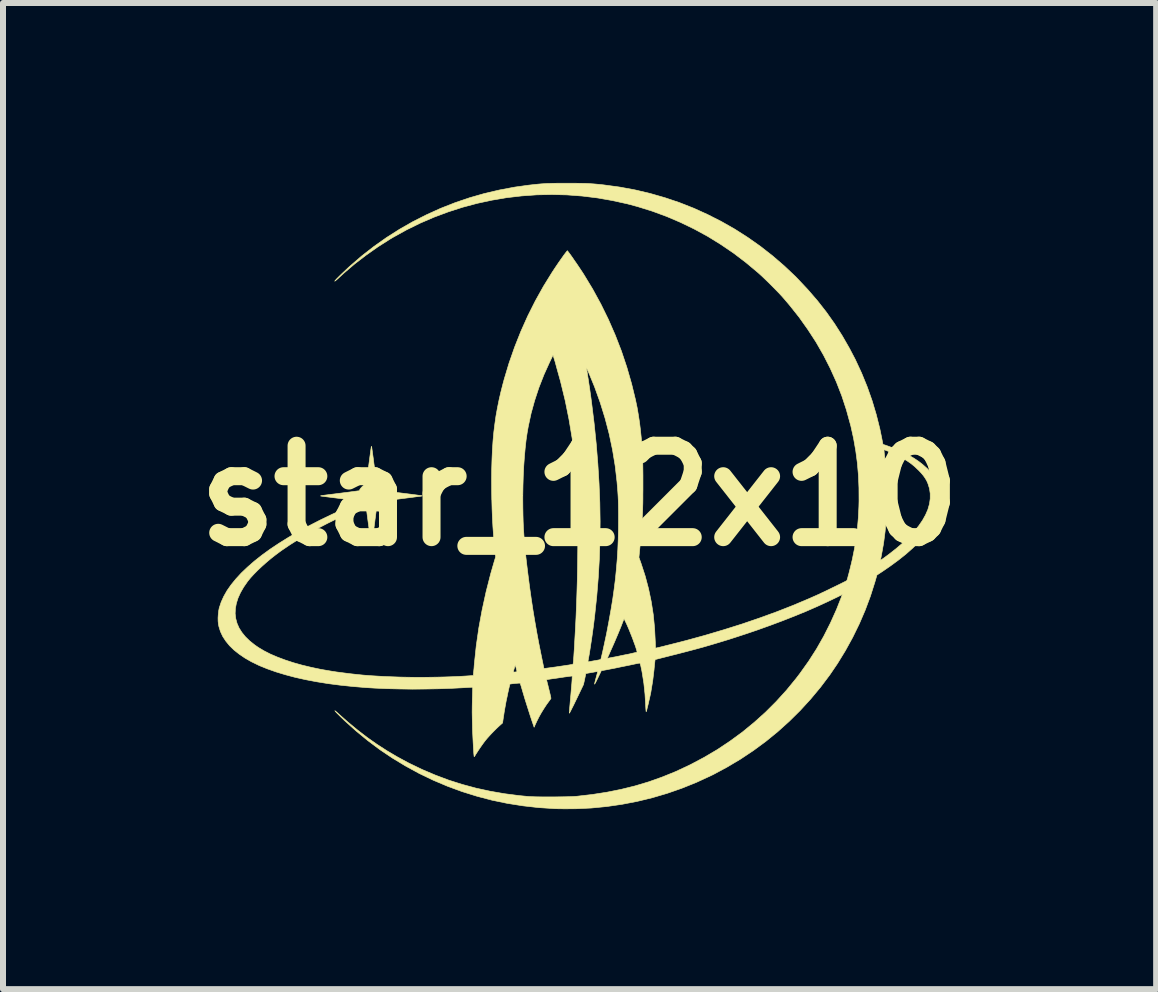
<source format=kicad_pcb>
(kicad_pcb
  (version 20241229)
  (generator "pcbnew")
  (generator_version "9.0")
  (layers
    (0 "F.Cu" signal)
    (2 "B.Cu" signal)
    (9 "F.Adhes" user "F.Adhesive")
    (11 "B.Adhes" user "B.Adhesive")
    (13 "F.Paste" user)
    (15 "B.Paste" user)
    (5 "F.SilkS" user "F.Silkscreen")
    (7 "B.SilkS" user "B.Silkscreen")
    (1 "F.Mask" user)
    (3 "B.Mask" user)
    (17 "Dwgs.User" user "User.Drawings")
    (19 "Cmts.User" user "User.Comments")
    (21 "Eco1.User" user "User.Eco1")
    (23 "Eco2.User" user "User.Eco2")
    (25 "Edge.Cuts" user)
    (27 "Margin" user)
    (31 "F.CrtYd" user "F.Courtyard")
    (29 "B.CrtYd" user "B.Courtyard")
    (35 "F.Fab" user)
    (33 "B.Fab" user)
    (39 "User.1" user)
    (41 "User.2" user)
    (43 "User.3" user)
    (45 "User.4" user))
  (footprint "star_12x10"
    (layer "F.Cu")
    (at 6.611 5.215)
    (property "Reference" "star_12x10" (at 0 0 0) (layer "F.SilkS") (effects (font (size 1.524 1.524) (thickness 0.3))))
    (attr through_hole)
    (fp_poly (pts (xy -0.123 -5.21) (xy -0.054 -5.21) (xy 0.007 -5.209) (xy 0.06 -5.208) (xy 0.108 -5.207) (xy 0.153 -5.205) (xy 0.196 -5.202) (xy 0.24 -5.199) (xy 0.286 -5.195) (xy 0.337 -5.19) (xy 0.393 -5.184) (xy 0.416 -5.181) (xy 0.673 -5.146) (xy 0.927 -5.099) (xy 1.177 -5.04) (xy 1.424 -4.969) (xy 1.667 -4.887) (xy 1.906 -4.793) (xy 2.139 -4.687) (xy 2.367 -4.571) (xy 2.59 -4.444) (xy 2.806 -4.306) (xy 3.016 -4.158) (xy 3.218 -4) (xy 3.413 -3.832) (xy 3.601 -3.654) (xy 3.635 -3.619) (xy 3.806 -3.437) (xy 3.965 -3.253) (xy 4.113 -3.064) (xy 4.251 -2.869) (xy 4.379 -2.668) (xy 4.499 -2.459) (xy 4.598 -2.27) (xy 4.702 -2.046) (xy 4.795 -1.818) (xy 4.877 -1.586) (xy 4.947 -1.352) (xy 5.006 -1.117) (xy 5.036 -0.97) (xy 5.058 -0.857) (xy 5.099 -0.844) (xy 5.147 -0.827) (xy 5.203 -0.806) (xy 5.263 -0.782) (xy 5.322 -0.756) (xy 5.377 -0.731) (xy 5.407 -0.717) (xy 5.498 -0.671) (xy 5.578 -0.624) (xy 5.65 -0.576) (xy 5.716 -0.525) (xy 5.778 -0.47) (xy 5.802 -0.448) (xy 5.862 -0.384) (xy 5.911 -0.32) (xy 5.951 -0.256) (xy 5.982 -0.188) (xy 6.007 -0.115) (xy 6.008 -0.109) (xy 6.016 -0.071) (xy 6.021 -0.024) (xy 6.023 0.027) (xy 6.022 0.08) (xy 6.019 0.129) (xy 6.013 0.172) (xy 6.011 0.181) (xy 5.982 0.279) (xy 5.942 0.376) (xy 5.889 0.475) (xy 5.824 0.573) (xy 5.746 0.672) (xy 5.657 0.771) (xy 5.555 0.871) (xy 5.441 0.972) (xy 5.314 1.073) (xy 5.175 1.175) (xy 5.054 1.258) (xy 4.957 1.322) (xy 4.924 1.437) (xy 4.849 1.673) (xy 4.762 1.906) (xy 4.663 2.136) (xy 4.553 2.361) (xy 4.432 2.581) (xy 4.301 2.795) (xy 4.172 2.985) (xy 4.017 3.191) (xy 3.852 3.389) (xy 3.678 3.579) (xy 3.495 3.76) (xy 3.304 3.932) (xy 3.104 4.095) (xy 2.896 4.248) (xy 2.681 4.391) (xy 2.459 4.523) (xy 2.23 4.646) (xy 2.178 4.671) (xy 1.944 4.779) (xy 1.705 4.875) (xy 1.461 4.96) (xy 1.213 5.033) (xy 0.962 5.094) (xy 0.708 5.143) (xy 0.453 5.18) (xy 0.196 5.205) (xy -0.061 5.217) (xy -0.225 5.218) (xy -0.27 5.218) (xy -0.313 5.217) (xy -0.352 5.217) (xy -0.384 5.216) (xy -0.407 5.216) (xy -0.413 5.215) (xy -0.681 5.198) (xy -0.945 5.168) (xy -1.205 5.127) (xy -1.46 5.074) (xy -1.711 5.008) (xy -1.958 4.931) (xy -2.2 4.842) (xy -2.439 4.741) (xy -2.674 4.628) (xy -2.901 4.504) (xy -3.119 4.372) (xy -3.329 4.231) (xy -3.532 4.079) (xy -3.729 3.917) (xy -3.921 3.744) (xy -3.983 3.684) (xy -4.016 3.651) (xy -4.042 3.625) (xy -4.062 3.604) (xy -4.074 3.59) (xy -4.079 3.583) (xy -4.076 3.584) (xy -4.065 3.592) (xy -4.046 3.608) (xy -4.022 3.63) (xy -3.86 3.773) (xy -3.699 3.906) (xy -3.539 4.029) (xy -3.377 4.143) (xy -3.211 4.25) (xy -3.04 4.351) (xy -2.863 4.447) (xy -2.835 4.461) (xy -2.619 4.565) (xy -2.402 4.657) (xy -2.181 4.74) (xy -1.957 4.811) (xy -1.728 4.873) (xy -1.494 4.924) (xy -1.253 4.966) (xy -1.005 4.998) (xy -0.87 5.011) (xy -0.832 5.014) (xy -0.783 5.016) (xy -0.726 5.018) (xy -0.661 5.019) (xy -0.591 5.02) (xy -0.517 5.02) (xy -0.442 5.02) (xy -0.367 5.019) (xy -0.294 5.018) (xy -0.225 5.017) (xy -0.162 5.015) (xy -0.107 5.013) (xy -0.061 5.01) (xy -0.038 5.008) (xy 0.214 4.979) (xy 0.458 4.941) (xy 0.696 4.893) (xy 0.927 4.836) (xy 1.154 4.768) (xy 1.376 4.689) (xy 1.596 4.6) (xy 1.813 4.499) (xy 1.854 4.479) (xy 2.08 4.359) (xy 2.3 4.229) (xy 2.511 4.088) (xy 2.716 3.938) (xy 2.912 3.777) (xy 3.1 3.608) (xy 3.279 3.429) (xy 3.45 3.241) (xy 3.611 3.044) (xy 3.676 2.959) (xy 3.819 2.758) (xy 3.951 2.552) (xy 4.072 2.339) (xy 4.183 2.119) (xy 4.285 1.892) (xy 4.363 1.694) (xy 4.381 1.645) (xy 4.298 1.687) (xy 4.135 1.765) (xy 3.961 1.845) (xy 3.778 1.925) (xy 3.585 2.004) (xy 3.384 2.083) (xy 3.178 2.16) (xy 2.966 2.236) (xy 2.781 2.299) (xy 2.631 2.348) (xy 2.486 2.395) (xy 2.345 2.438) (xy 2.205 2.48) (xy 2.064 2.521) (xy 1.918 2.561) (xy 1.766 2.601) (xy 1.604 2.643) (xy 1.559 2.654) (xy 1.26 2.73) (xy 1.256 2.76) (xy 1.254 2.777) (xy 1.251 2.803) (xy 1.248 2.837) (xy 1.244 2.874) (xy 1.242 2.899) (xy 1.22 3.082) (xy 1.191 3.259) (xy 1.19 3.267) (xy 1.184 3.298) (xy 1.176 3.334) (xy 1.167 3.375) (xy 1.157 3.417) (xy 1.148 3.459) (xy 1.138 3.499) (xy 1.129 3.535) (xy 1.122 3.565) (xy 1.116 3.587) (xy 1.112 3.599) (xy 1.111 3.6) (xy 1.11 3.596) (xy 1.108 3.582) (xy 1.106 3.559) (xy 1.104 3.528) (xy 1.102 3.492) (xy 1.102 3.488) (xy 1.091 3.304) (xy 1.072 3.125) (xy 1.045 2.954) (xy 1.038 2.915) (xy 1.029 2.872) (xy 1.022 2.84) (xy 1.017 2.817) (xy 1.012 2.802) (xy 1.008 2.793) (xy 1.003 2.789) (xy 0.997 2.789) (xy 0.992 2.79) (xy 0.946 2.799) (xy 0.894 2.81) (xy 0.838 2.822) (xy 0.779 2.834) (xy 0.719 2.846) (xy 0.66 2.858) (xy 0.605 2.87) (xy 0.554 2.88) (xy 0.511 2.888) (xy 0.476 2.895) (xy 0.456 2.899) (xy 0.363 2.916) (xy 0.308 3.031) (xy 0.291 3.066) (xy 0.276 3.096) (xy 0.264 3.119) (xy 0.255 3.134) (xy 0.25 3.14) (xy 0.25 3.14) (xy 0.251 3.132) (xy 0.255 3.114) (xy 0.261 3.088) (xy 0.269 3.057) (xy 0.276 3.032) (xy 0.285 2.998) (xy 0.293 2.969) (xy 0.299 2.947) (xy 0.302 2.933) (xy 0.303 2.929) (xy 0.296 2.93) (xy 0.279 2.932) (xy 0.255 2.936) (xy 0.224 2.942) (xy 0.203 2.945) (xy 0.105 2.963) (xy 0.086 3.055) (xy 0.066 3.146) (xy -0.051 3.39) (xy -0.076 3.441) (xy -0.099 3.489) (xy -0.12 3.53) (xy -0.138 3.566) (xy -0.152 3.594) (xy -0.163 3.614) (xy -0.169 3.623) (xy -0.17 3.624) (xy -0.17 3.616) (xy -0.169 3.596) (xy -0.167 3.567) (xy -0.164 3.53) (xy -0.16 3.486) (xy -0.156 3.438) (xy -0.153 3.402) (xy -0.145 3.318) (xy -0.139 3.245) (xy -0.134 3.184) (xy -0.129 3.133) (xy -0.126 3.092) (xy -0.124 3.06) (xy -0.123 3.036) (xy -0.122 3.019) (xy -0.122 3.009) (xy -0.123 3.005) (xy -0.13 3.005) (xy -0.148 3.007) (xy -0.175 3.01) (xy -0.209 3.015) (xy -0.249 3.02) (xy -0.281 3.025) (xy -0.328 3.032) (xy -0.374 3.039) (xy -0.417 3.045) (xy -0.454 3.05) (xy -0.482 3.054) (xy -0.493 3.056) (xy -0.521 3.06) (xy -0.538 3.063) (xy -0.547 3.067) (xy -0.549 3.072) (xy -0.548 3.073) (xy -0.546 3.082) (xy -0.542 3.101) (xy -0.535 3.129) (xy -0.526 3.163) (xy -0.517 3.203) (xy -0.511 3.225) (xy -0.501 3.266) (xy -0.492 3.303) (xy -0.485 3.334) (xy -0.48 3.358) (xy -0.477 3.372) (xy -0.476 3.375) (xy -0.48 3.383) (xy -0.49 3.398) (xy -0.504 3.417) (xy -0.506 3.42) (xy -0.548 3.477) (xy -0.592 3.544) (xy -0.636 3.615) (xy -0.677 3.688) (xy -0.713 3.76) (xy -0.739 3.816) (xy -0.757 3.858) (xy -0.792 3.756) (xy -0.82 3.672) (xy -0.849 3.581) (xy -0.879 3.487) (xy -0.908 3.395) (xy -0.934 3.308) (xy -0.95 3.254) (xy -0.961 3.216) (xy -0.971 3.182) (xy -0.98 3.154) (xy -0.986 3.134) (xy -0.99 3.124) (xy -0.99 3.123) (xy -0.997 3.123) (xy -1.014 3.123) (xy -1.037 3.125) (xy -1.065 3.127) (xy -1.093 3.13) (xy -1.12 3.133) (xy -1.142 3.136) (xy -1.156 3.138) (xy -1.16 3.14) (xy -1.163 3.147) (xy -1.167 3.164) (xy -1.173 3.19) (xy -1.181 3.223) (xy -1.189 3.26) (xy -1.198 3.301) (xy -1.206 3.342) (xy -1.215 3.383) (xy -1.223 3.42) (xy -1.229 3.453) (xy -1.231 3.466) (xy -1.239 3.509) (xy -1.248 3.559) (xy -1.257 3.612) (xy -1.264 3.661) (xy -1.267 3.676) (xy -1.283 3.787) (xy -1.319 3.819) (xy -1.35 3.847) (xy -1.387 3.882) (xy -1.427 3.922) (xy -1.467 3.963) (xy -1.505 4.004) (xy -1.539 4.042) (xy -1.565 4.073) (xy -1.586 4.1) (xy -1.611 4.134) (xy -1.638 4.172) (xy -1.665 4.211) (xy -1.691 4.25) (xy -1.714 4.286) (xy -1.733 4.315) (xy -1.742 4.331) (xy -1.75 4.343) (xy -1.755 4.349) (xy -1.756 4.349) (xy -1.758 4.341) (xy -1.76 4.322) (xy -1.763 4.293) (xy -1.765 4.255) (xy -1.768 4.21) (xy -1.771 4.158) (xy -1.774 4.103) (xy -1.777 4.044) (xy -1.78 3.983) (xy -1.783 3.921) (xy -1.785 3.861) (xy -1.785 3.835) (xy -1.788 3.717) (xy -1.79 3.608) (xy -1.789 3.504) (xy -1.787 3.403) (xy -1.787 3.391) (xy -1.785 3.342) (xy -1.784 3.297) (xy -1.783 3.258) (xy -1.782 3.227) (xy -1.781 3.204) (xy -1.781 3.192) (xy -1.781 3.19) (xy -1.787 3.191) (xy -1.804 3.192) (xy -1.83 3.193) (xy -1.862 3.195) (xy -1.9 3.197) (xy -1.908 3.198) (xy -2.123 3.209) (xy -2.343 3.217) (xy -2.563 3.221) (xy -2.783 3.223) (xy -3 3.22) (xy -3.211 3.215) (xy -3.414 3.206) (xy -3.562 3.197) (xy -3.779 3.179) (xy -3.989 3.157) (xy -4.19 3.131) (xy -4.383 3.1) (xy -4.567 3.065) (xy -4.742 3.026) (xy -4.907 2.982) (xy -5.062 2.935) (xy -5.206 2.884) (xy -5.339 2.83) (xy -5.46 2.771) (xy -5.467 2.768) (xy -5.577 2.705) (xy -5.674 2.639) (xy -5.761 2.57) (xy -5.835 2.498) (xy -5.897 2.422) (xy -5.948 2.344) (xy -5.986 2.263) (xy -6.012 2.179) (xy -6.02 2.139) (xy -6.025 2.09) (xy -6.026 2.034) (xy -6.022 1.976) (xy -6.016 1.919) (xy -6.006 1.868) (xy -6.005 1.866) (xy -5.974 1.772) (xy -5.931 1.677) (xy -5.876 1.58) (xy -5.808 1.483) (xy -5.729 1.386) (xy -5.638 1.287) (xy -5.535 1.189) (xy -5.422 1.09) (xy -5.297 0.991) (xy -5.161 0.892) (xy -5.014 0.794) (xy -4.857 0.696) (xy -4.69 0.598) (xy -4.512 0.501) (xy -4.325 0.405) (xy -4.128 0.31) (xy -3.921 0.215) (xy -3.768 0.149) (xy -3.73 0.133) (xy -3.703 0.121) (xy -3.685 0.111) (xy -3.674 0.105) (xy -3.67 0.099) (xy -3.67 0.095) (xy -3.674 0.093) (xy -3.682 0.09) (xy -3.695 0.087) (xy -3.715 0.083) (xy -3.742 0.078) (xy -3.778 0.073) (xy -3.823 0.067) (xy -3.877 0.06) (xy -3.943 0.052) (xy -3.995 0.045) (xy -4.058 0.037) (xy -4.116 0.03) (xy -4.169 0.023) (xy -4.216 0.017) (xy -4.255 0.012) (xy -4.286 0.008) (xy -4.307 0.005) (xy -4.317 0.003) (xy -4.317 0.003) (xy -4.317 0.002) (xy -4.315 0.000442) (xy -4.309 -0.001) (xy -4.298 -0.003) (xy -4.282 -0.006) (xy -4.26 -0.009) (xy -4.23 -0.013) (xy -4.191 -0.018) (xy -4.144 -0.024) (xy -4.086 -0.031) (xy -4.017 -0.04) (xy -3.982 -0.044) (xy -3.921 -0.052) (xy -3.864 -0.059) (xy -3.812 -0.066) (xy -3.767 -0.072) (xy -3.729 -0.077) (xy -3.7 -0.081) (xy -3.681 -0.083) (xy -3.673 -0.084) (xy -3.673 -0.084) (xy -3.67 -0.09) (xy -3.663 -0.103) (xy -3.662 -0.105) (xy -3.647 -0.127) (xy -3.625 -0.151) (xy -3.601 -0.173) (xy -3.579 -0.187) (xy -3.561 -0.201) (xy -3.553 -0.218) (xy -3.553 -0.219) (xy -3.551 -0.229) (xy -3.548 -0.25) (xy -3.544 -0.282) (xy -3.539 -0.321) (xy -3.533 -0.368) (xy -3.526 -0.421) (xy -3.518 -0.479) (xy -3.511 -0.53) (xy -3.503 -0.589) (xy -3.496 -0.645) (xy -3.489 -0.695) (xy -3.483 -0.739) (xy -3.478 -0.775) (xy -3.474 -0.802) (xy -3.471 -0.819) (xy -3.47 -0.824) (xy -3.469 -0.825) (xy -3.468 -0.823) (xy -3.466 -0.817) (xy -3.464 -0.808) (xy -3.462 -0.793) (xy -3.459 -0.772) (xy -3.455 -0.744) (xy -3.45 -0.707) (xy -3.444 -0.662) (xy -3.436 -0.606) (xy -3.428 -0.539) (xy -3.422 -0.498) (xy -3.414 -0.438) (xy -3.407 -0.382) (xy -3.4 -0.331) (xy -3.393 -0.287) (xy -3.387 -0.25) (xy -3.383 -0.222) (xy -3.379 -0.204) (xy -3.378 -0.198) (xy -3.353 -0.185) (xy -3.326 -0.163) (xy -3.299 -0.136) (xy -3.275 -0.105) (xy -3.267 -0.093) (xy -3.264 -0.09) (xy -3.256 -0.087) (xy -3.243 -0.084) (xy -3.224 -0.08) (xy -3.198 -0.076) (xy -3.164 -0.071) (xy -3.121 -0.065) (xy -3.067 -0.058) (xy -3.003 -0.05) (xy -2.956 -0.044) (xy -2.882 -0.035) (xy -2.819 -0.027) (xy -2.767 -0.02) (xy -2.725 -0.015) (xy -2.692 -0.01) (xy -2.666 -0.007) (xy -2.648 -0.004) (xy -2.635 -0.002) (xy -2.627 -0.000111) (xy -2.624 0.001) (xy -2.623 0.003) (xy -2.623 0.003) (xy -2.63 0.004) (xy -2.648 0.007) (xy -2.676 0.011) (xy -2.713 0.015) (xy -2.758 0.021) (xy -2.81 0.028) (xy -2.867 0.035) (xy -2.928 0.043) (xy -2.945 0.045) (xy -3.265 0.086) (xy -3.277 0.108) (xy -3.291 0.129) (xy -3.312 0.152) (xy -3.337 0.174) (xy -3.36 0.191) (xy -3.365 0.193) (xy -3.378 0.201) (xy -3.384 0.208) (xy -3.385 0.208) (xy -3.385 0.216) (xy -3.388 0.234) (xy -3.391 0.262) (xy -3.396 0.298) (xy -3.401 0.341) (xy -3.408 0.389) (xy -3.414 0.44) (xy -3.421 0.493) (xy -3.428 0.547) (xy -3.435 0.599) (xy -3.442 0.65) (xy -3.448 0.696) (xy -3.454 0.736) (xy -3.458 0.77) (xy -3.462 0.794) (xy -3.464 0.809) (xy -3.464 0.812) (xy -3.467 0.825) (xy -3.47 0.831) (xy -3.47 0.831) (xy -3.471 0.824) (xy -3.474 0.806) (xy -3.478 0.778) (xy -3.483 0.741) (xy -3.489 0.697) (xy -3.496 0.646) (xy -3.504 0.59) (xy -3.511 0.533) (xy -3.519 0.473) (xy -3.527 0.416) (xy -3.534 0.363) (xy -3.54 0.317) (xy -3.545 0.278) (xy -3.549 0.248) (xy -3.552 0.228) (xy -3.554 0.219) (xy -3.562 0.201) (xy -3.577 0.19) (xy -3.586 0.186) (xy -3.594 0.184) (xy -3.605 0.185) (xy -3.619 0.19) (xy -3.641 0.198) (xy -3.668 0.21) (xy -3.85 0.29) (xy -4.029 0.374) (xy -4.203 0.46) (xy -4.37 0.547) (xy -4.53 0.636) (xy -4.682 0.725) (xy -4.824 0.814) (xy -4.954 0.902) (xy -4.988 0.926) (xy -5.067 0.985) (xy -5.146 1.047) (xy -5.223 1.112) (xy -5.297 1.178) (xy -5.366 1.243) (xy -5.429 1.307) (xy -5.484 1.367) (xy -5.53 1.423) (xy -5.533 1.427) (xy -5.599 1.522) (xy -5.652 1.614) (xy -5.693 1.704) (xy -5.721 1.793) (xy -5.737 1.879) (xy -5.741 1.964) (xy -5.731 2.046) (xy -5.71 2.125) (xy -5.676 2.203) (xy -5.629 2.277) (xy -5.57 2.35) (xy -5.499 2.419) (xy -5.415 2.486) (xy -5.353 2.529) (xy -5.259 2.585) (xy -5.153 2.639) (xy -5.036 2.689) (xy -4.908 2.737) (xy -4.771 2.782) (xy -4.625 2.823) (xy -4.471 2.86) (xy -4.309 2.894) (xy -4.14 2.923) (xy -4.05 2.937) (xy -3.935 2.952) (xy -3.824 2.966) (xy -3.715 2.978) (xy -3.606 2.989) (xy -3.496 2.998) (xy -3.381 3.005) (xy -3.261 3.012) (xy -3.132 3.017) (xy -2.994 3.022) (xy -2.947 3.023) (xy -2.842 3.025) (xy -2.73 3.026) (xy -2.611 3.026) (xy -2.488 3.025) (xy -2.364 3.023) (xy -2.241 3.02) (xy -2.122 3.016) (xy -2.008 3.011) (xy -1.903 3.005) (xy -1.827 3) (xy -1.772 2.996) (xy -1.769 2.976) (xy -1.768 2.964) (xy -1.766 2.942) (xy -1.765 2.937) (xy -1.105 2.937) (xy -1.099 2.938) (xy -1.086 2.938) (xy -1.069 2.937) (xy -1.054 2.935) (xy -1.044 2.932) (xy -1.043 2.931) (xy -1.044 2.925) (xy -1.047 2.909) (xy -1.053 2.886) (xy -1.056 2.874) (xy -1.071 2.818) (xy -1.088 2.875) (xy -1.095 2.9) (xy -1.101 2.921) (xy -1.104 2.934) (xy -1.105 2.937) (xy -1.765 2.937) (xy -1.763 2.911) (xy -1.759 2.873) (xy -1.756 2.83) (xy -1.753 2.797) (xy -1.722 2.502) (xy -1.679 2.203) (xy -1.624 1.903) (xy -1.558 1.601) (xy -1.481 1.299) (xy -1.424 1.102) (xy -1.399 1.019) (xy -1.407 0.943) (xy -1.422 0.799) (xy -1.434 0.657) (xy -1.444 0.515) (xy -1.452 0.371) (xy -1.458 0.221) (xy -1.462 0.07) (xy -0.946 0.07) (xy -0.945 0.194) (xy -0.943 0.313) (xy -0.94 0.429) (xy -0.935 0.543) (xy -0.927 0.657) (xy -0.918 0.774) (xy -0.907 0.896) (xy -0.894 1.024) (xy -0.878 1.161) (xy -0.86 1.308) (xy -0.86 1.308) (xy -0.833 1.518) (xy -0.805 1.717) (xy -0.776 1.908) (xy -0.745 2.094) (xy -0.713 2.277) (xy -0.679 2.459) (xy -0.642 2.643) (xy -0.627 2.716) (xy -0.594 2.877) (xy -0.577 2.877) (xy -0.566 2.876) (xy -0.545 2.873) (xy -0.514 2.869) (xy -0.477 2.864) (xy -0.434 2.858) (xy -0.387 2.852) (xy -0.383 2.851) (xy -0.316 2.841) (xy -0.261 2.833) (xy -0.216 2.826) (xy -0.18 2.821) (xy -0.153 2.816) (xy -0.132 2.813) (xy -0.118 2.81) (xy -0.117 2.81) (xy -0.114 2.809) (xy -0.112 2.808) (xy -0.109 2.806) (xy -0.107 2.801) (xy -0.106 2.793) (xy -0.104 2.78) (xy -0.102 2.763) (xy -0.1 2.739) (xy -0.098 2.708) (xy -0.095 2.669) (xy -0.092 2.621) (xy -0.088 2.564) (xy -0.084 2.495) (xy -0.08 2.419) (xy -0.069 2.226) (xy -0.059 2.03) (xy -0.051 1.831) (xy -0.044 1.631) (xy -0.038 1.431) (xy -0.034 1.231) (xy -0.031 1.035) (xy -0.029 0.841) (xy -0.029 0.652) (xy -0.03 0.469) (xy -0.032 0.292) (xy -0.036 0.123) (xy -0.041 -0.036) (xy -0.048 -0.186) (xy -0.056 -0.324) (xy -0.057 -0.34) (xy -0.085 -0.651) (xy -0.124 -0.963) (xy -0.176 -1.276) (xy -0.24 -1.591) (xy -0.317 -1.907) (xy -0.38 -2.133) (xy 0.114 -2.133) (xy 0.115 -2.125) (xy 0.116 -2.121) (xy 0.119 -2.107) (xy 0.123 -2.082) (xy 0.129 -2.047) (xy 0.135 -2.005) (xy 0.143 -1.956) (xy 0.151 -1.904) (xy 0.159 -1.848) (xy 0.168 -1.791) (xy 0.176 -1.734) (xy 0.184 -1.679) (xy 0.191 -1.628) (xy 0.197 -1.582) (xy 0.2 -1.559) (xy 0.243 -1.209) (xy 0.278 -0.868) (xy 0.305 -0.534) (xy 0.325 -0.208) (xy 0.338 0.113) (xy 0.343 0.429) (xy 0.34 0.742) (xy 0.33 1.053) (xy 0.312 1.363) (xy 0.287 1.673) (xy 0.254 1.984) (xy 0.238 2.118) (xy 0.23 2.18) (xy 0.221 2.247) (xy 0.211 2.318) (xy 0.201 2.389) (xy 0.19 2.459) (xy 0.18 2.527) (xy 0.17 2.59) (xy 0.161 2.647) (xy 0.152 2.696) (xy 0.145 2.736) (xy 0.142 2.752) (xy 0.141 2.764) (xy 0.145 2.768) (xy 0.157 2.766) (xy 0.169 2.764) (xy 0.192 2.759) (xy 0.221 2.754) (xy 0.254 2.748) (xy 0.263 2.747) (xy 0.295 2.741) (xy 0.322 2.736) (xy 0.342 2.731) (xy 0.352 2.729) (xy 0.354 2.728) (xy 0.356 2.721) (xy 0.36 2.708) (xy 0.464 2.708) (xy 0.47 2.708) (xy 0.487 2.705) (xy 0.514 2.7) (xy 0.55 2.693) (xy 0.594 2.685) (xy 0.644 2.675) (xy 0.699 2.663) (xy 0.758 2.651) (xy 0.79 2.645) (xy 0.834 2.636) (xy 0.873 2.627) (xy 0.907 2.619) (xy 0.934 2.613) (xy 0.951 2.609) (xy 0.958 2.607) (xy 0.958 2.599) (xy 0.954 2.58) (xy 0.946 2.553) (xy 0.935 2.518) (xy 0.921 2.478) (xy 0.904 2.433) (xy 0.887 2.385) (xy 0.868 2.336) (xy 0.848 2.287) (xy 0.829 2.239) (xy 0.81 2.194) (xy 0.792 2.153) (xy 0.78 2.127) (xy 0.742 2.048) (xy 0.716 2.115) (xy 0.695 2.17) (xy 0.669 2.234) (xy 0.64 2.304) (xy 0.609 2.377) (xy 0.578 2.45) (xy 0.547 2.52) (xy 0.524 2.571) (xy 0.507 2.609) (xy 0.492 2.644) (xy 0.479 2.672) (xy 0.47 2.693) (xy 0.465 2.706) (xy 0.464 2.708) (xy 0.36 2.708) (xy 0.361 2.703) (xy 0.368 2.675) (xy 0.376 2.64) (xy 0.386 2.598) (xy 0.396 2.551) (xy 0.407 2.501) (xy 0.418 2.45) (xy 0.429 2.398) (xy 0.44 2.348) (xy 0.45 2.3) (xy 0.454 2.28) (xy 0.491 2.085) (xy 0.524 1.9) (xy 0.553 1.724) (xy 0.577 1.553) (xy 0.598 1.387) (xy 0.614 1.223) (xy 0.628 1.06) (xy 0.638 0.895) (xy 0.645 0.727) (xy 0.649 0.554) (xy 0.65 0.387) (xy 0.65 0.296) (xy 0.649 0.215) (xy 0.648 0.142) (xy 0.646 0.074) (xy 0.643 0.009) (xy 0.639 -0.055) (xy 0.634 -0.121) (xy 0.628 -0.192) (xy 0.625 -0.229) (xy 0.594 -0.498) (xy 0.55 -0.766) (xy 0.494 -1.032) (xy 0.425 -1.295) (xy 0.344 -1.556) (xy 0.251 -1.815) (xy 0.162 -2.032) (xy 0.144 -2.073) (xy 0.131 -2.103) (xy 0.122 -2.122) (xy 0.116 -2.132) (xy 0.114 -2.133) (xy -0.38 -2.133) (xy -0.405 -2.226) (xy -0.43 -2.307) (xy -0.442 -2.345) (xy -0.5 -2.225) (xy -0.594 -2.017) (xy -0.677 -1.805) (xy -0.748 -1.59) (xy -0.808 -1.373) (xy -0.855 -1.154) (xy -0.873 -1.052) (xy -0.891 -0.929) (xy -0.906 -0.795) (xy -0.919 -0.651) (xy -0.93 -0.498) (xy -0.938 -0.338) (xy -0.943 -0.172) (xy -0.946 -0.001) (xy -0.946 0.07) (xy -1.462 0.07) (xy -1.463 0.063) (xy -1.465 -0.105) (xy -1.466 -0.287) (xy -1.464 -0.458) (xy -1.459 -0.62) (xy -1.452 -0.773) (xy -1.442 -0.92) (xy -1.429 -1.061) (xy -1.412 -1.197) (xy -1.393 -1.331) (xy -1.369 -1.464) (xy -1.342 -1.597) (xy -1.311 -1.732) (xy -1.276 -1.869) (xy -1.256 -1.943) (xy -1.175 -2.213) (xy -1.082 -2.479) (xy -0.978 -2.741) (xy -0.863 -2.998) (xy -0.737 -3.249) (xy -0.601 -3.493) (xy -0.455 -3.729) (xy -0.41 -3.797) (xy -0.379 -3.843) (xy -0.348 -3.889) (xy -0.317 -3.933) (xy -0.288 -3.974) (xy -0.262 -4.011) (xy -0.24 -4.04) (xy -0.223 -4.062) (xy -0.219 -4.067) (xy -0.203 -4.086) (xy -0.189 -4.068) (xy -0.17 -4.043) (xy -0.145 -4.009) (xy -0.116 -3.968) (xy -0.085 -3.922) (xy -0.051 -3.874) (xy -0.018 -3.825) (xy 0.014 -3.777) (xy 0.044 -3.732) (xy 0.07 -3.692) (xy 0.073 -3.687) (xy 0.22 -3.444) (xy 0.356 -3.195) (xy 0.481 -2.94) (xy 0.595 -2.679) (xy 0.698 -2.413) (xy 0.789 -2.141) (xy 0.868 -1.866) (xy 0.936 -1.587) (xy 0.936 -1.584) (xy 0.96 -1.47) (xy 0.98 -1.352) (xy 0.999 -1.229) (xy 1.015 -1.1) (xy 1.029 -0.963) (xy 1.041 -0.816) (xy 1.049 -0.708) (xy 1.051 -0.67) (xy 1.053 -0.62) (xy 1.054 -0.561) (xy 1.055 -0.494) (xy 1.056 -0.421) (xy 1.057 -0.344) (xy 1.057 -0.263) (xy 1.057 -0.182) (xy 1.057 -0.1) (xy 1.056 -0.021) (xy 1.056 0.055) (xy 1.055 0.126) (xy 1.053 0.189) (xy 1.052 0.245) (xy 1.05 0.29) (xy 1.049 0.305) (xy 1.042 0.418) (xy 1.035 0.52) (xy 1.028 0.614) (xy 1.021 0.703) (xy 1.013 0.788) (xy 1.006 0.864) (xy 0.99 1.027) (xy 1.026 1.128) (xy 1.094 1.337) (xy 1.15 1.548) (xy 1.195 1.763) (xy 1.229 1.981) (xy 1.251 2.205) (xy 1.261 2.402) (xy 1.263 2.442) (xy 1.264 2.478) (xy 1.265 2.507) (xy 1.266 2.528) (xy 1.267 2.539) (xy 1.267 2.54) (xy 1.275 2.538) (xy 1.293 2.534) (xy 1.321 2.528) (xy 1.357 2.519) (xy 1.398 2.509) (xy 1.444 2.497) (xy 1.493 2.485) (xy 1.544 2.472) (xy 1.595 2.459) (xy 1.644 2.447) (xy 1.69 2.435) (xy 1.732 2.424) (xy 1.767 2.415) (xy 1.772 2.414) (xy 2.092 2.326) (xy 2.405 2.233) (xy 2.71 2.137) (xy 3.005 2.036) (xy 3.291 1.932) (xy 3.566 1.824) (xy 3.829 1.713) (xy 3.966 1.652) (xy 3.994 1.64) (xy 4.028 1.623) (xy 4.067 1.605) (xy 4.111 1.584) (xy 4.158 1.561) (xy 4.205 1.538) (xy 4.253 1.515) (xy 4.298 1.493) (xy 4.341 1.472) (xy 4.379 1.453) (xy 4.411 1.437) (xy 4.435 1.425) (xy 4.451 1.416) (xy 4.456 1.413) (xy 4.459 1.406) (xy 4.464 1.389) (xy 4.472 1.362) (xy 4.48 1.329) (xy 4.491 1.291) (xy 4.501 1.25) (xy 4.512 1.207) (xy 4.522 1.165) (xy 4.532 1.126) (xy 4.54 1.09) (xy 4.544 1.075) (xy 5.015 1.075) (xy 5.035 1.063) (xy 5.047 1.055) (xy 5.066 1.042) (xy 5.092 1.023) (xy 5.122 1.001) (xy 5.151 0.98) (xy 5.276 0.882) (xy 5.389 0.786) (xy 5.489 0.69) (xy 5.578 0.595) (xy 5.654 0.501) (xy 5.718 0.408) (xy 5.769 0.316) (xy 5.808 0.226) (xy 5.809 0.221) (xy 5.834 0.134) (xy 5.846 0.047) (xy 5.846 -0.037) (xy 5.834 -0.12) (xy 5.809 -0.2) (xy 5.807 -0.205) (xy 5.787 -0.251) (xy 5.762 -0.293) (xy 5.732 -0.336) (xy 5.695 -0.38) (xy 5.649 -0.429) (xy 5.648 -0.429) (xy 5.588 -0.486) (xy 5.526 -0.537) (xy 5.458 -0.584) (xy 5.382 -0.629) (xy 5.314 -0.665) (xy 5.281 -0.682) (xy 5.246 -0.698) (xy 5.209 -0.715) (xy 5.174 -0.73) (xy 5.141 -0.744) (xy 5.113 -0.755) (xy 5.091 -0.763) (xy 5.079 -0.766) (xy 5.076 -0.766) (xy 5.075 -0.759) (xy 5.077 -0.742) (xy 5.079 -0.716) (xy 5.083 -0.684) (xy 5.086 -0.659) (xy 5.112 -0.408) (xy 5.125 -0.156) (xy 5.127 0.096) (xy 5.117 0.346) (xy 5.094 0.594) (xy 5.073 0.756) (xy 5.068 0.789) (xy 5.062 0.828) (xy 5.054 0.87) (xy 5.047 0.913) (xy 5.039 0.955) (xy 5.032 0.993) (xy 5.026 1.025) (xy 5.021 1.049) (xy 5.019 1.06) (xy 5.015 1.075) (xy 4.544 1.075) (xy 4.546 1.066) (xy 4.582 0.887) (xy 4.611 0.712) (xy 4.633 0.537) (xy 4.648 0.36) (xy 4.657 0.177) (xy 4.659 0.086) (xy 4.658 -0.132) (xy 4.649 -0.343) (xy 4.631 -0.549) (xy 4.604 -0.753) (xy 4.568 -0.958) (xy 4.522 -1.166) (xy 4.515 -1.191) (xy 4.449 -1.431) (xy 4.372 -1.666) (xy 4.282 -1.897) (xy 4.18 -2.123) (xy 4.067 -2.345) (xy 3.943 -2.561) (xy 3.806 -2.772) (xy 3.659 -2.979) (xy 3.499 -3.18) (xy 3.395 -3.302) (xy 3.357 -3.344) (xy 3.312 -3.392) (xy 3.261 -3.444) (xy 3.207 -3.499) (xy 3.152 -3.554) (xy 3.097 -3.607) (xy 3.046 -3.656) (xy 2.999 -3.699) (xy 2.972 -3.723) (xy 2.772 -3.89) (xy 2.567 -4.046) (xy 2.355 -4.19) (xy 2.138 -4.324) (xy 1.914 -4.446) (xy 1.685 -4.557) (xy 1.451 -4.657) (xy 1.212 -4.745) (xy 0.968 -4.821) (xy 0.797 -4.867) (xy 0.547 -4.922) (xy 0.296 -4.966) (xy 0.044 -4.997) (xy -0.209 -5.016) (xy -0.461 -5.022) (xy -0.713 -5.017) (xy -0.964 -4.999) (xy -1.214 -4.97) (xy -1.462 -4.928) (xy -1.707 -4.875) (xy -1.95 -4.81) (xy -2.189 -4.733) (xy -2.425 -4.645) (xy -2.657 -4.545) (xy -2.883 -4.434) (xy -3.105 -4.311) (xy -3.159 -4.279) (xy -3.363 -4.149) (xy -3.56 -4.01) (xy -3.749 -3.865) (xy -3.928 -3.712) (xy -4.002 -3.644) (xy -4.028 -3.62) (xy -4.05 -3.601) (xy -4.067 -3.586) (xy -4.078 -3.579) (xy -4.081 -3.578) (xy -4.078 -3.583) (xy -4.067 -3.596) (xy -4.049 -3.616) (xy -4.024 -3.641) (xy -3.995 -3.67) (xy -3.962 -3.702) (xy -3.925 -3.737) (xy -3.888 -3.772) (xy -3.85 -3.808) (xy -3.825 -3.83) (xy -3.631 -3.998) (xy -3.428 -4.156) (xy -3.219 -4.304) (xy -3.002 -4.442) (xy -2.78 -4.569) (xy -2.551 -4.685) (xy -2.317 -4.791) (xy -2.078 -4.885) (xy -1.834 -4.968) (xy -1.587 -5.039) (xy -1.335 -5.098) (xy -1.08 -5.146) (xy -0.85 -5.178) (xy -0.789 -5.185) (xy -0.734 -5.191) (xy -0.684 -5.196) (xy -0.638 -5.2) (xy -0.592 -5.203) (xy -0.545 -5.206) (xy -0.496 -5.207) (xy -0.442 -5.209) (xy -0.382 -5.21) (xy -0.314 -5.21) (xy -0.235 -5.21) (xy -0.203 -5.21) (xy -0.123 -5.21)) (stroke (width 0.01) (type solid)) (fill yes) (layer "F.SilkS")))
  (gr_rect
    (start -3 -3)
    (end 16.223 13.439)
    (stroke (width 0.1) (type default))
    (fill no)
    (layer "Edge.Cuts")))
</source>
